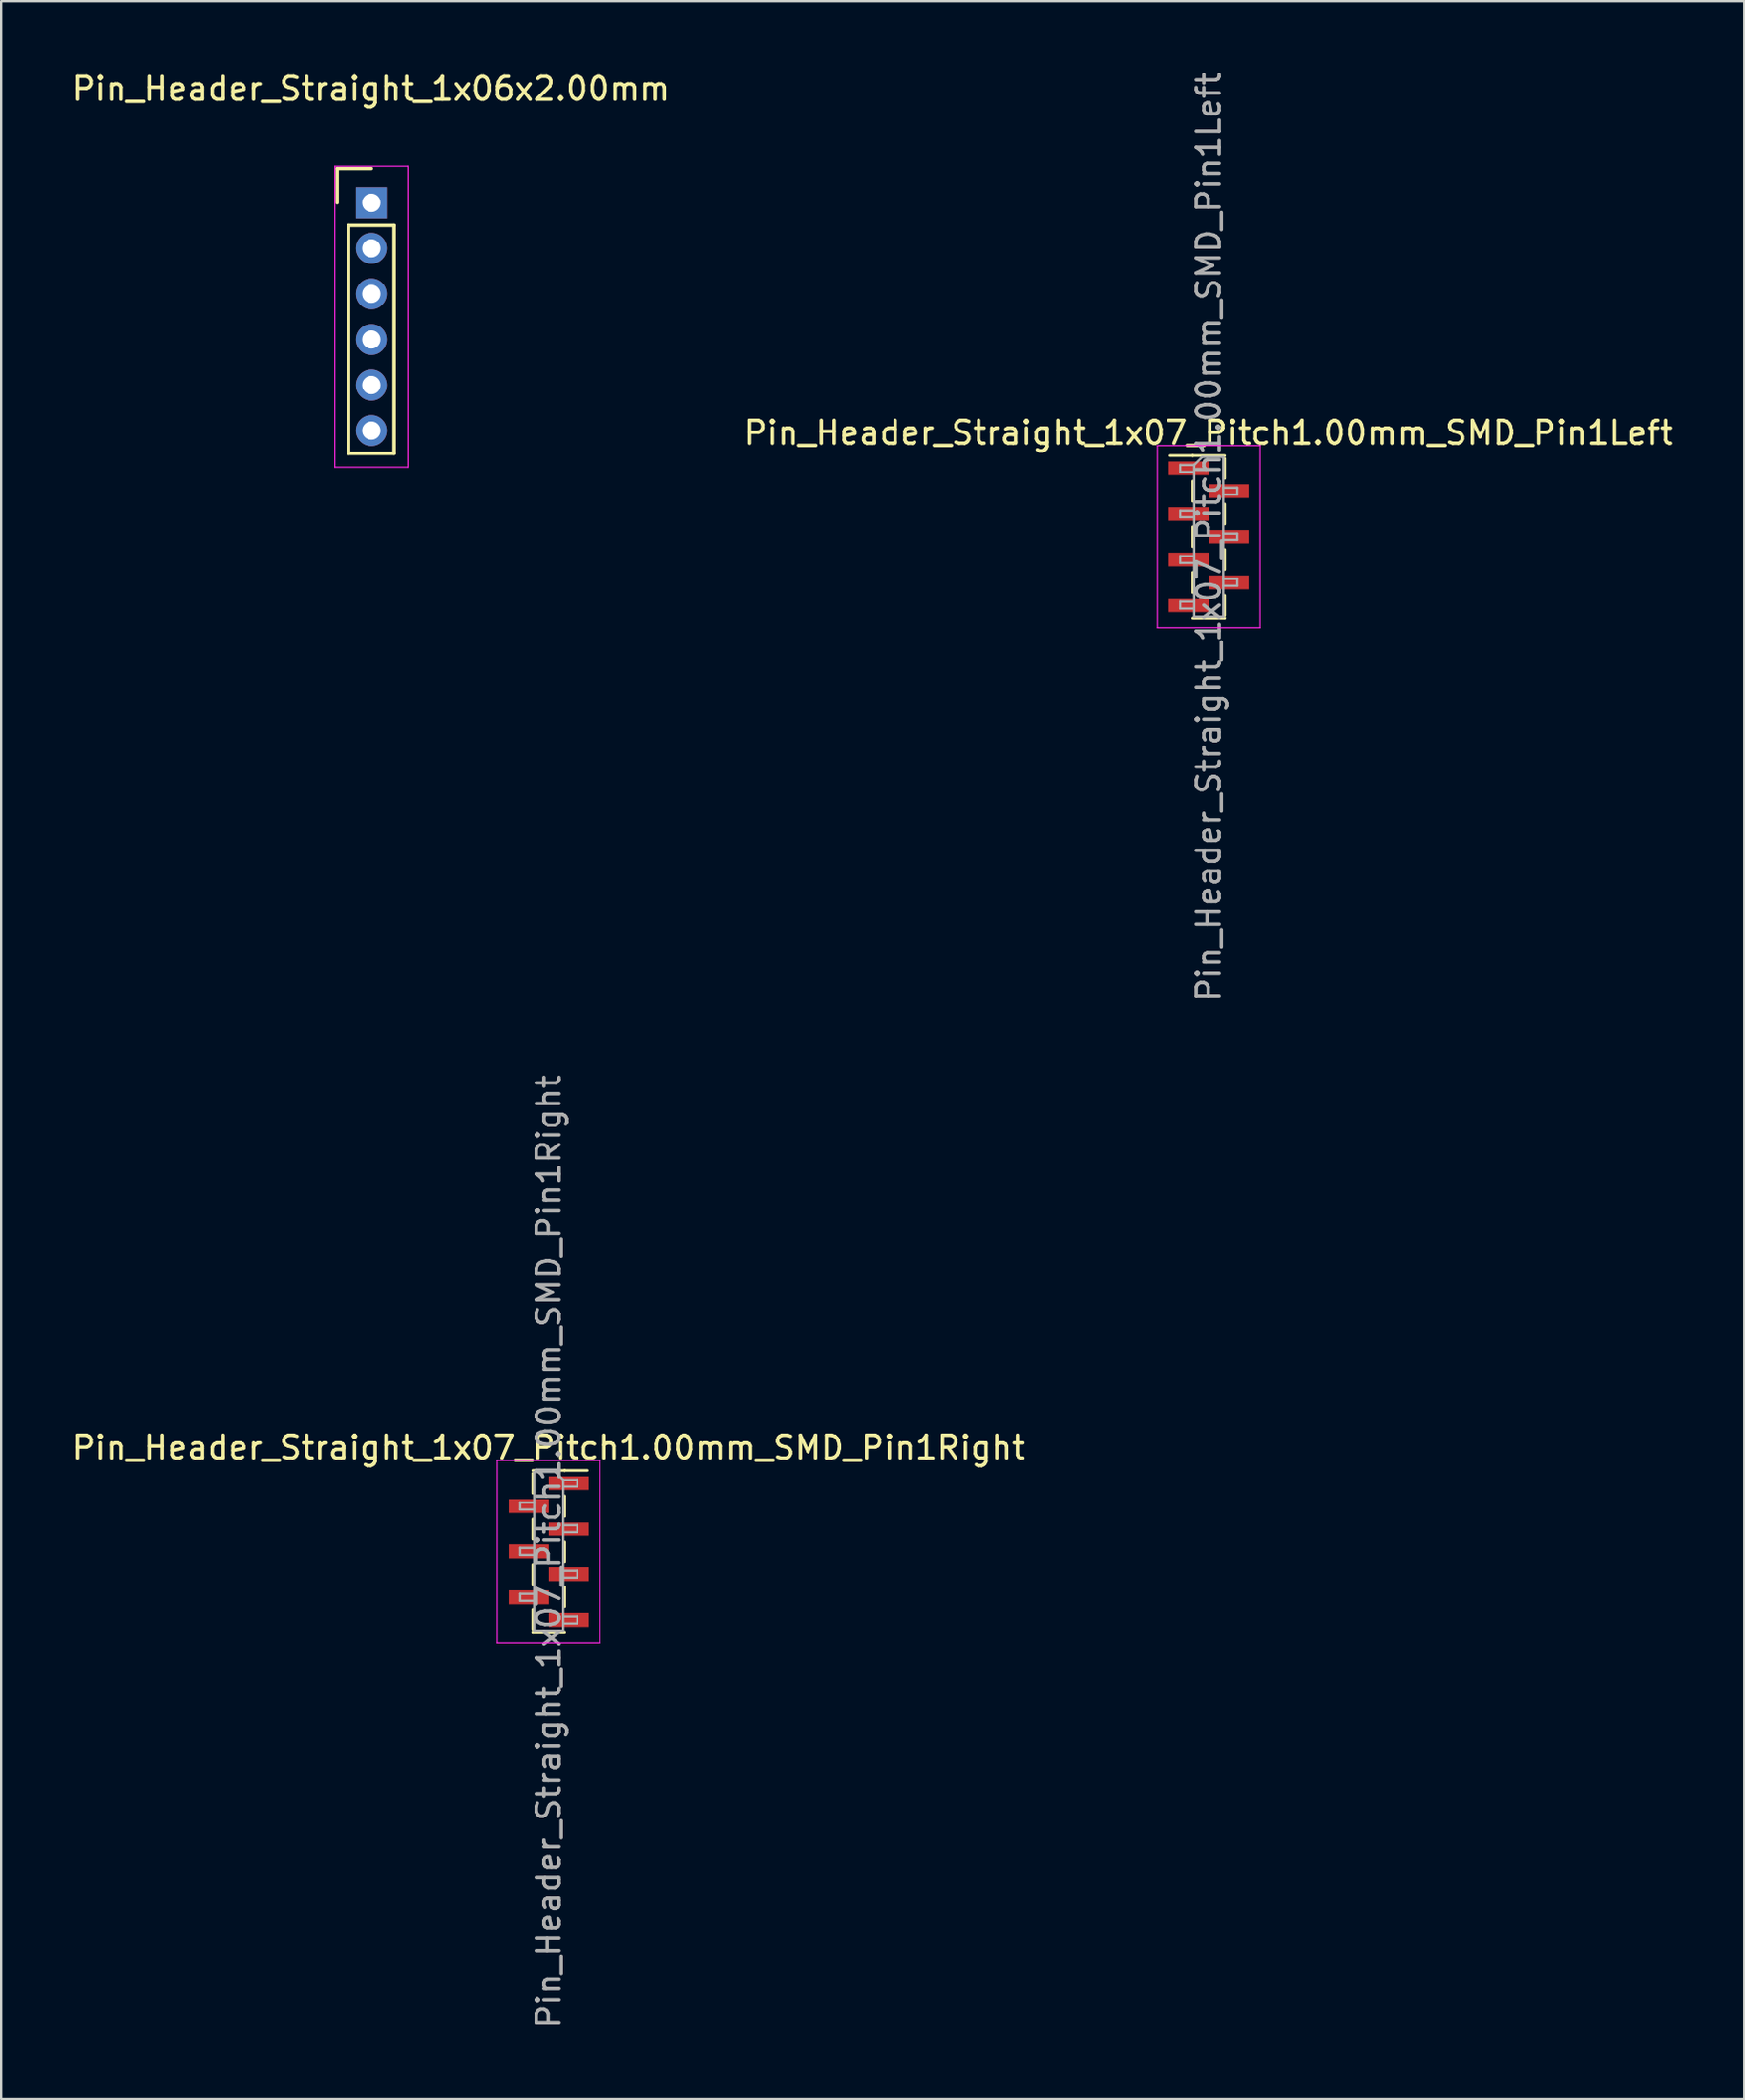
<source format=kicad_pcb>
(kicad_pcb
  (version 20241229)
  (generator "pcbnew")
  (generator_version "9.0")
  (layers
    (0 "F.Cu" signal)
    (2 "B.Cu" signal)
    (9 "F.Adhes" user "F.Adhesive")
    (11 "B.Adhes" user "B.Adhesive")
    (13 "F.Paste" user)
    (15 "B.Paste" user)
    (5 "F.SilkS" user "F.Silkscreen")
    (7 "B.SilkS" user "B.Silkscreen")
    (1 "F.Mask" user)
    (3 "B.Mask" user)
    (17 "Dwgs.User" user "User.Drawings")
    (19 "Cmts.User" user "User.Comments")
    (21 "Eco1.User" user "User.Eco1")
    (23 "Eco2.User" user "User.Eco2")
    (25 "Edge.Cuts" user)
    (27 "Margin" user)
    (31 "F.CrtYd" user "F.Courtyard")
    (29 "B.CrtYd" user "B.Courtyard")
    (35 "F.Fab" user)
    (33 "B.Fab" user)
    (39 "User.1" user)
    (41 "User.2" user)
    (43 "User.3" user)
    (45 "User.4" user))
  (footprint "Pin_Header_Straight_1x06x2.00mm"
    (layer "F.Cu")
    (at 13.244 5.848)
    (property "Reference" "Pin_Header_Straight_1x06x2.00mm" (at 0 -5 0) (layer "F.SilkS") (effects (font (size 1 1) (thickness 0.15))))
    (attr through_hole)
    (fp_line (start -1.5 -1.5) (end 0 -1.5) (stroke (width 0.15) (type solid)) (layer "F.SilkS"))
    (fp_line (start -1.5 0) (end -1.5 -1.5) (stroke (width 0.15) (type solid)) (layer "F.SilkS"))
    (fp_line (start -1 1) (end 1 1) (stroke (width 0.15) (type solid)) (layer "F.SilkS"))
    (fp_line (start -1 11) (end -1 1) (stroke (width 0.15) (type solid)) (layer "F.SilkS"))
    (fp_line (start 1 1) (end 1 11) (stroke (width 0.15) (type solid)) (layer "F.SilkS"))
    (fp_line (start 1 11) (end -1 11) (stroke (width 0.15) (type solid)) (layer "F.SilkS"))
    (fp_line (start -1.6 -1.6) (end 1.6 -1.6) (stroke (width 0.05) (type solid)) (layer "F.CrtYd"))
    (fp_line (start -1.6 11.6) (end -1.6 -1.6) (stroke (width 0.05) (type solid)) (layer "F.CrtYd"))
    (fp_line (start 1.6 -1.6) (end 1.6 11.6) (stroke (width 0.05) (type solid)) (layer "F.CrtYd"))
    (fp_line (start 1.6 11.6) (end -1.6 11.6) (stroke (width 0.05) (type solid)) (layer "F.CrtYd"))
    (pad "1" thru_hole rect (at 0 0) (size 1.35 1.35) (drill 0.8) (layers "*.Cu" "*.Mask"))
    (pad "2" thru_hole circle (at 0 2) (size 1.35 1.35) (drill 0.8) (layers "*.Cu" "*.Mask"))
    (pad "3" thru_hole circle (at 0 4) (size 1.35 1.35) (drill 0.8) (layers "*.Cu" "*.Mask"))
    (pad "4" thru_hole circle (at 0 6) (size 1.35 1.35) (drill 0.8) (layers "*.Cu" "*.Mask"))
    (pad "5" thru_hole circle (at 0 8) (size 1.35 1.35) (drill 0.8) (layers "*.Cu" "*.Mask"))
    (pad "6" thru_hole circle (at 0 10) (size 1.35 1.35) (drill 0.8) (layers "*.Cu" "*.Mask")))
  (footprint "Pin_Header_Straight_1x07_Pitch1.00mm_SMD_Pin1Left"
    (layer "F.Cu")
    (at 49.994 20.506)
    (property "Reference" "Pin_Header_Straight_1x07_Pitch1.00mm_SMD_Pin1Left" (at 0 -4.56 0) (layer "F.SilkS") (effects (font (size 1 1) (thickness 0.15))))
    (attr smd)
    (fp_line (start -0.695 -3.56) (end -1.69 -3.56) (stroke (width 0.12) (type solid)) (layer "F.SilkS"))
    (fp_line (start -0.695 -3.56) (end -0.695 -3.56) (stroke (width 0.12) (type solid)) (layer "F.SilkS"))
    (fp_line (start -0.695 -3.56) (end 0.695 -3.56) (stroke (width 0.12) (type solid)) (layer "F.SilkS"))
    (fp_line (start -0.695 -2.44) (end -0.695 -1.56) (stroke (width 0.12) (type solid)) (layer "F.SilkS"))
    (fp_line (start -0.695 -0.44) (end -0.695 0.44) (stroke (width 0.12) (type solid)) (layer "F.SilkS"))
    (fp_line (start -0.695 1.56) (end -0.695 2.44) (stroke (width 0.12) (type solid)) (layer "F.SilkS"))
    (fp_line (start -0.695 3.56) (end 0.695 3.56) (stroke (width 0.12) (type solid)) (layer "F.SilkS"))
    (fp_line (start 0.695 -3.44) (end 0.695 -2.56) (stroke (width 0.12) (type solid)) (layer "F.SilkS"))
    (fp_line (start 0.695 -1.44) (end 0.695 -0.56) (stroke (width 0.12) (type solid)) (layer "F.SilkS"))
    (fp_line (start 0.695 0.56) (end 0.695 1.44) (stroke (width 0.12) (type solid)) (layer "F.SilkS"))
    (fp_line (start 0.695 2.56) (end 0.695 3.44) (stroke (width 0.12) (type solid)) (layer "F.SilkS"))
    (fp_line (start 0.695 3.56) (end 0.695 3.56) (stroke (width 0.12) (type solid)) (layer "F.SilkS"))
    (fp_line (start -2.25 -4) (end -2.25 4) (stroke (width 0.05) (type solid)) (layer "F.CrtYd"))
    (fp_line (start -2.25 4) (end 2.25 4) (stroke (width 0.05) (type solid)) (layer "F.CrtYd"))
    (fp_line (start 2.25 -4) (end -2.25 -4) (stroke (width 0.05) (type solid)) (layer "F.CrtYd"))
    (fp_line (start 2.25 4) (end 2.25 -4) (stroke (width 0.05) (type solid)) (layer "F.CrtYd"))
    (fp_line (start -1.25 -3.15) (end -1.25 -2.85) (stroke (width 0.1) (type solid)) (layer "F.Fab"))
    (fp_line (start -1.25 -2.85) (end -0.635 -2.85) (stroke (width 0.1) (type solid)) (layer "F.Fab"))
    (fp_line (start -1.25 -1.15) (end -1.25 -0.85) (stroke (width 0.1) (type solid)) (layer "F.Fab"))
    (fp_line (start -1.25 -0.85) (end -0.635 -0.85) (stroke (width 0.1) (type solid)) (layer "F.Fab"))
    (fp_line (start -1.25 0.85) (end -1.25 1.15) (stroke (width 0.1) (type solid)) (layer "F.Fab"))
    (fp_line (start -1.25 1.15) (end -0.635 1.15) (stroke (width 0.1) (type solid)) (layer "F.Fab"))
    (fp_line (start -1.25 2.85) (end -1.25 3.15) (stroke (width 0.1) (type solid)) (layer "F.Fab"))
    (fp_line (start -1.25 3.15) (end -0.635 3.15) (stroke (width 0.1) (type solid)) (layer "F.Fab"))
    (fp_line (start -0.635 -3.15) (end -1.25 -3.15) (stroke (width 0.1) (type solid)) (layer "F.Fab"))
    (fp_line (start -0.635 -3.15) (end -0.285 -3.5) (stroke (width 0.1) (type solid)) (layer "F.Fab"))
    (fp_line (start -0.635 -1.15) (end -1.25 -1.15) (stroke (width 0.1) (type solid)) (layer "F.Fab"))
    (fp_line (start -0.635 0.85) (end -1.25 0.85) (stroke (width 0.1) (type solid)) (layer "F.Fab"))
    (fp_line (start -0.635 2.85) (end -1.25 2.85) (stroke (width 0.1) (type solid)) (layer "F.Fab"))
    (fp_line (start -0.635 3.5) (end -0.635 -3.15) (stroke (width 0.1) (type solid)) (layer "F.Fab"))
    (fp_line (start -0.285 -3.5) (end 0.635 -3.5) (stroke (width 0.1) (type solid)) (layer "F.Fab"))
    (fp_line (start 0.635 -3.5) (end 0.635 3.5) (stroke (width 0.1) (type solid)) (layer "F.Fab"))
    (fp_line (start 0.635 -2.15) (end 1.25 -2.15) (stroke (width 0.1) (type solid)) (layer "F.Fab"))
    (fp_line (start 0.635 -0.15) (end 1.25 -0.15) (stroke (width 0.1) (type solid)) (layer "F.Fab"))
    (fp_line (start 0.635 1.85) (end 1.25 1.85) (stroke (width 0.1) (type solid)) (layer "F.Fab"))
    (fp_line (start 0.635 3.5) (end -0.635 3.5) (stroke (width 0.1) (type solid)) (layer "F.Fab"))
    (fp_line (start 1.25 -2.15) (end 1.25 -1.85) (stroke (width 0.1) (type solid)) (layer "F.Fab"))
    (fp_line (start 1.25 -1.85) (end 0.635 -1.85) (stroke (width 0.1) (type solid)) (layer "F.Fab"))
    (fp_line (start 1.25 -0.15) (end 1.25 0.15) (stroke (width 0.1) (type solid)) (layer "F.Fab"))
    (fp_line (start 1.25 0.15) (end 0.635 0.15) (stroke (width 0.1) (type solid)) (layer "F.Fab"))
    (fp_line (start 1.25 1.85) (end 1.25 2.15) (stroke (width 0.1) (type solid)) (layer "F.Fab"))
    (fp_line (start 1.25 2.15) (end 0.635 2.15) (stroke (width 0.1) (type solid)) (layer "F.Fab"))
    (fp_text user "${REFERENCE}" (at 0 0 90) (layer "F.Fab") (effects (font (size 1 1) (thickness 0.15))))
    (pad "1" smd rect (at -0.875 -3) (size 1.75 0.6) (layers "F.Cu" "F.Mask" "F.Paste"))
    (pad "2" smd rect (at 0.875 -2) (size 1.75 0.6) (layers "F.Cu" "F.Mask" "F.Paste"))
    (pad "3" smd rect (at -0.875 -1) (size 1.75 0.6) (layers "F.Cu" "F.Mask" "F.Paste"))
    (pad "4" smd rect (at 0.875 0) (size 1.75 0.6) (layers "F.Cu" "F.Mask" "F.Paste"))
    (pad "5" smd rect (at -0.875 1) (size 1.75 0.6) (layers "F.Cu" "F.Mask" "F.Paste"))
    (pad "6" smd rect (at 0.875 2) (size 1.75 0.6) (layers "F.Cu" "F.Mask" "F.Paste"))
    (pad "7" smd rect (at -0.875 3) (size 1.75 0.6) (layers "F.Cu" "F.Mask" "F.Paste")))
  (footprint "Pin_Header_Straight_1x07_Pitch1.00mm_SMD_Pin1Right"
    (layer "F.Cu")
    (at 21.03 65.042)
    (property "Reference" "Pin_Header_Straight_1x07_Pitch1.00mm_SMD_Pin1Right" (at 0 -4.56 0) (layer "F.SilkS") (effects (font (size 1 1) (thickness 0.15))))
    (attr smd)
    (fp_line (start -0.695 -3.56) (end 0.695 -3.56) (stroke (width 0.12) (type solid)) (layer "F.SilkS"))
    (fp_line (start -0.695 -3.44) (end -0.695 -2.56) (stroke (width 0.12) (type solid)) (layer "F.SilkS"))
    (fp_line (start -0.695 -1.44) (end -0.695 -0.56) (stroke (width 0.12) (type solid)) (layer "F.SilkS"))
    (fp_line (start -0.695 0.56) (end -0.695 1.44) (stroke (width 0.12) (type solid)) (layer "F.SilkS"))
    (fp_line (start -0.695 2.56) (end -0.695 3.44) (stroke (width 0.12) (type solid)) (layer "F.SilkS"))
    (fp_line (start -0.695 3.56) (end -0.695 3.56) (stroke (width 0.12) (type solid)) (layer "F.SilkS"))
    (fp_line (start -0.695 3.56) (end 0.695 3.56) (stroke (width 0.12) (type solid)) (layer "F.SilkS"))
    (fp_line (start 0.695 -3.56) (end 0.695 -3.56) (stroke (width 0.12) (type solid)) (layer "F.SilkS"))
    (fp_line (start 0.695 -3.56) (end 1.69 -3.56) (stroke (width 0.12) (type solid)) (layer "F.SilkS"))
    (fp_line (start 0.695 -2.44) (end 0.695 -1.56) (stroke (width 0.12) (type solid)) (layer "F.SilkS"))
    (fp_line (start 0.695 -0.44) (end 0.695 0.44) (stroke (width 0.12) (type solid)) (layer "F.SilkS"))
    (fp_line (start 0.695 1.56) (end 0.695 2.44) (stroke (width 0.12) (type solid)) (layer "F.SilkS"))
    (fp_line (start -2.25 -4) (end -2.25 4) (stroke (width 0.05) (type solid)) (layer "F.CrtYd"))
    (fp_line (start -2.25 4) (end 2.25 4) (stroke (width 0.05) (type solid)) (layer "F.CrtYd"))
    (fp_line (start 2.25 -4) (end -2.25 -4) (stroke (width 0.05) (type solid)) (layer "F.CrtYd"))
    (fp_line (start 2.25 4) (end 2.25 -4) (stroke (width 0.05) (type solid)) (layer "F.CrtYd"))
    (fp_line (start -1.25 -2.15) (end -1.25 -1.85) (stroke (width 0.1) (type solid)) (layer "F.Fab"))
    (fp_line (start -1.25 -1.85) (end -0.635 -1.85) (stroke (width 0.1) (type solid)) (layer "F.Fab"))
    (fp_line (start -1.25 -0.15) (end -1.25 0.15) (stroke (width 0.1) (type solid)) (layer "F.Fab"))
    (fp_line (start -1.25 0.15) (end -0.635 0.15) (stroke (width 0.1) (type solid)) (layer "F.Fab"))
    (fp_line (start -1.25 1.85) (end -1.25 2.15) (stroke (width 0.1) (type solid)) (layer "F.Fab"))
    (fp_line (start -1.25 2.15) (end -0.635 2.15) (stroke (width 0.1) (type solid)) (layer "F.Fab"))
    (fp_line (start -0.635 -3.5) (end -0.635 3.5) (stroke (width 0.1) (type solid)) (layer "F.Fab"))
    (fp_line (start -0.635 -3.5) (end 0.285 -3.5) (stroke (width 0.1) (type solid)) (layer "F.Fab"))
    (fp_line (start -0.635 -2.15) (end -1.25 -2.15) (stroke (width 0.1) (type solid)) (layer "F.Fab"))
    (fp_line (start -0.635 -0.15) (end -1.25 -0.15) (stroke (width 0.1) (type solid)) (layer "F.Fab"))
    (fp_line (start -0.635 1.85) (end -1.25 1.85) (stroke (width 0.1) (type solid)) (layer "F.Fab"))
    (fp_line (start 0.635 -3.15) (end 0.285 -3.5) (stroke (width 0.1) (type solid)) (layer "F.Fab"))
    (fp_line (start 0.635 -3.15) (end 1.25 -3.15) (stroke (width 0.1) (type solid)) (layer "F.Fab"))
    (fp_line (start 0.635 -1.15) (end 1.25 -1.15) (stroke (width 0.1) (type solid)) (layer "F.Fab"))
    (fp_line (start 0.635 0.85) (end 1.25 0.85) (stroke (width 0.1) (type solid)) (layer "F.Fab"))
    (fp_line (start 0.635 2.85) (end 1.25 2.85) (stroke (width 0.1) (type solid)) (layer "F.Fab"))
    (fp_line (start 0.635 3.5) (end -0.635 3.5) (stroke (width 0.1) (type solid)) (layer "F.Fab"))
    (fp_line (start 0.635 3.5) (end 0.635 -3.15) (stroke (width 0.1) (type solid)) (layer "F.Fab"))
    (fp_line (start 1.25 -3.15) (end 1.25 -2.85) (stroke (width 0.1) (type solid)) (layer "F.Fab"))
    (fp_line (start 1.25 -2.85) (end 0.635 -2.85) (stroke (width 0.1) (type solid)) (layer "F.Fab"))
    (fp_line (start 1.25 -1.15) (end 1.25 -0.85) (stroke (width 0.1) (type solid)) (layer "F.Fab"))
    (fp_line (start 1.25 -0.85) (end 0.635 -0.85) (stroke (width 0.1) (type solid)) (layer "F.Fab"))
    (fp_line (start 1.25 0.85) (end 1.25 1.15) (stroke (width 0.1) (type solid)) (layer "F.Fab"))
    (fp_line (start 1.25 1.15) (end 0.635 1.15) (stroke (width 0.1) (type solid)) (layer "F.Fab"))
    (fp_line (start 1.25 2.85) (end 1.25 3.15) (stroke (width 0.1) (type solid)) (layer "F.Fab"))
    (fp_line (start 1.25 3.15) (end 0.635 3.15) (stroke (width 0.1) (type solid)) (layer "F.Fab"))
    (fp_text user "${REFERENCE}" (at 0 0 90) (layer "F.Fab") (effects (font (size 1 1) (thickness 0.15))))
    (pad "1" smd rect (at 0.875 -3) (size 1.75 0.6) (layers "F.Cu" "F.Mask" "F.Paste"))
    (pad "2" smd rect (at -0.875 -2) (size 1.75 0.6) (layers "F.Cu" "F.Mask" "F.Paste"))
    (pad "3" smd rect (at 0.875 -1) (size 1.75 0.6) (layers "F.Cu" "F.Mask" "F.Paste"))
    (pad "4" smd rect (at -0.875 0) (size 1.75 0.6) (layers "F.Cu" "F.Mask" "F.Paste"))
    (pad "5" smd rect (at 0.875 1) (size 1.75 0.6) (layers "F.Cu" "F.Mask" "F.Paste"))
    (pad "6" smd rect (at -0.875 2) (size 1.75 0.6) (layers "F.Cu" "F.Mask" "F.Paste"))
    (pad "7" smd rect (at 0.875 3) (size 1.75 0.6) (layers "F.Cu" "F.Mask" "F.Paste")))
  (gr_rect
    (start -3 -3)
    (end 73.5 89.071)
    (stroke (width 0.1) (type default))
    (fill no)
    (layer "Edge.Cuts")))
</source>
